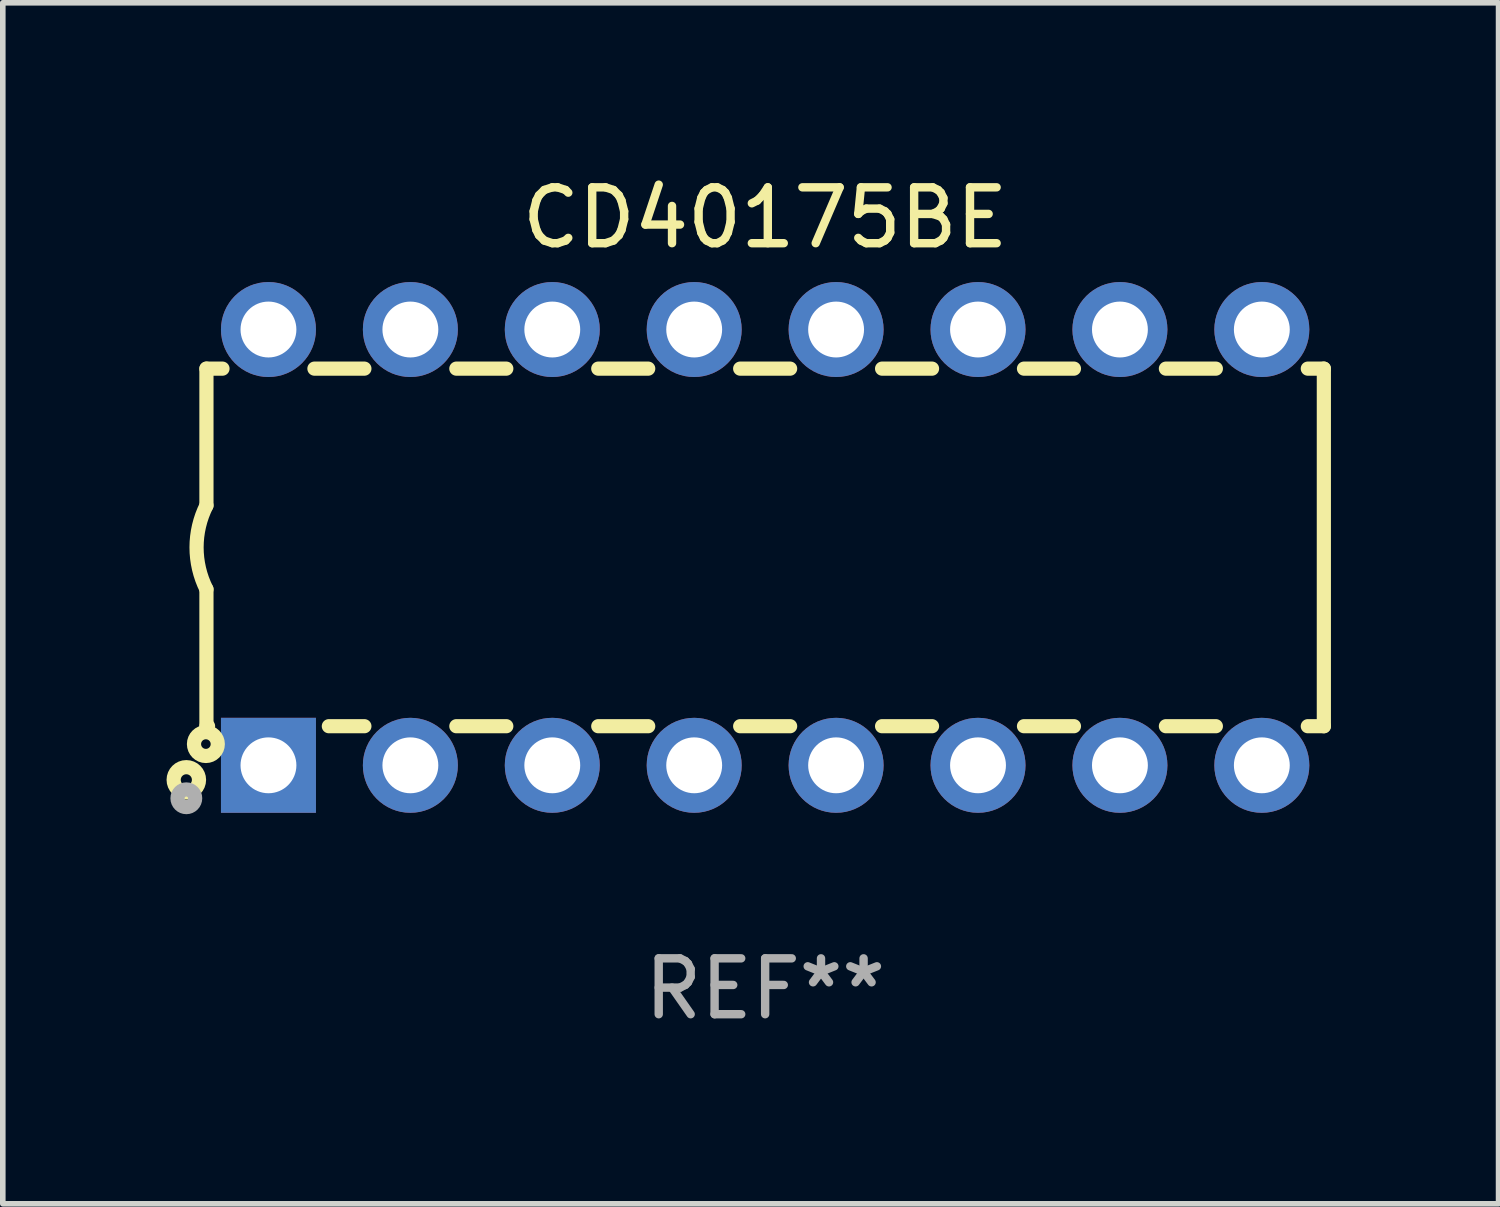
<source format=kicad_pcb>
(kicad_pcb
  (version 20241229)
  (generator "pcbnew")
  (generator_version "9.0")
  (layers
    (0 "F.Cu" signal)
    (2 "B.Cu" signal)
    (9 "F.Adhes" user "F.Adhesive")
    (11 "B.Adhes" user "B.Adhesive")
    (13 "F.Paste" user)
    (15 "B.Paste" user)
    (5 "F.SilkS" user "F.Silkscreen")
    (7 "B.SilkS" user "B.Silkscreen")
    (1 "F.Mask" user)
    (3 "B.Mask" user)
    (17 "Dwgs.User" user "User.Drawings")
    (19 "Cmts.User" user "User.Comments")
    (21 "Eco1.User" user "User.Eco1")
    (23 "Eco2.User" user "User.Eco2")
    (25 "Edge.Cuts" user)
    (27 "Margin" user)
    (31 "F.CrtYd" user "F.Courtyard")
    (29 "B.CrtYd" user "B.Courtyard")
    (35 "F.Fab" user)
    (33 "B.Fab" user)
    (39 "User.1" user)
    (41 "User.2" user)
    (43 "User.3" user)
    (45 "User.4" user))
  (footprint "CD40175BE"
    (layer "F.Cu")
    (at 10.645 6.748)
    (property "Reference" "CD40175BE" (at 0 -5.9 0) (layer "F.SilkS") (effects (font (size 1 1) (thickness 0.15))))
    (attr through_hole)
    (fp_line (start -10 -3.2) (end -10 -0.75) (stroke (width 0.254) (type solid)) (layer "F.SilkS"))
    (fp_line (start -10 -3.2) (end -9.713 -3.2) (stroke (width 0.254) (type solid)) (layer "F.SilkS"))
    (fp_line (start -10 3.2) (end -10 0.75) (stroke (width 0.254) (type solid)) (layer "F.SilkS"))
    (fp_line (start -10 3.2) (end -9.971 3.2) (stroke (width 0.254) (type solid)) (layer "F.SilkS"))
    (fp_line (start -8.067 -3.2) (end -7.173 -3.2) (stroke (width 0.254) (type solid)) (layer "F.SilkS"))
    (fp_line (start -7.809 3.2) (end -7.173 3.2) (stroke (width 0.254) (type solid)) (layer "F.SilkS"))
    (fp_line (start -5.527 3.2) (end -4.633 3.2) (stroke (width 0.254) (type solid)) (layer "F.SilkS"))
    (fp_line (start -5.527 -3.2) (end -4.633 -3.2) (stroke (width 0.254) (type solid)) (layer "F.SilkS"))
    (fp_line (start -2.987 3.2) (end -2.093 3.2) (stroke (width 0.254) (type solid)) (layer "F.SilkS"))
    (fp_line (start -2.987 -3.2) (end -2.093 -3.2) (stroke (width 0.254) (type solid)) (layer "F.SilkS"))
    (fp_line (start -0.447 3.2) (end 0.447 3.2) (stroke (width 0.254) (type solid)) (layer "F.SilkS"))
    (fp_line (start -0.447 -3.2) (end 0.447 -3.2) (stroke (width 0.254) (type solid)) (layer "F.SilkS"))
    (fp_line (start 2.093 3.2) (end 2.987 3.2) (stroke (width 0.254) (type solid)) (layer "F.SilkS"))
    (fp_line (start 2.093 -3.2) (end 2.987 -3.2) (stroke (width 0.254) (type solid)) (layer "F.SilkS"))
    (fp_line (start 4.633 3.2) (end 5.527 3.2) (stroke (width 0.254) (type solid)) (layer "F.SilkS"))
    (fp_line (start 4.633 -3.2) (end 5.527 -3.2) (stroke (width 0.254) (type solid)) (layer "F.SilkS"))
    (fp_line (start 7.173 3.2) (end 8.067 3.2) (stroke (width 0.254) (type solid)) (layer "F.SilkS"))
    (fp_line (start 7.173 -3.2) (end 8.067 -3.2) (stroke (width 0.254) (type solid)) (layer "F.SilkS"))
    (fp_line (start 9.713 3.2) (end 10 3.2) (stroke (width 0.254) (type solid)) (layer "F.SilkS"))
    (fp_line (start 9.713 -3.2) (end 10 -3.2) (stroke (width 0.254) (type solid)) (layer "F.SilkS"))
    (fp_line (start 10 -3.2) (end 10 3.2) (stroke (width 0.254) (type solid)) (layer "F.SilkS"))
    (fp_arc (start -10 0.748793) (mid -10.176918 -0.000607) (end -10.000025 -0.750013) (stroke (width 0.254001) (type solid)) (layer "F.SilkS"))
    (fp_circle (center -10.36 4.16) (end -10.26 4.16) (stroke (width 0.254) (type solid)) (fill no) (layer "F.SilkS"))
    (fp_circle (center -10.01 3.52) (end -9.924 3.52) (stroke (width 0.254) (type solid)) (fill no) (layer "F.SilkS"))
    (fp_circle (center -10.36 4.49) (end -10.202 4.49) (stroke (width 0.254) (type solid)) (fill no) (layer "F.Fab"))
    (fp_text user "REF**" (at 0 7.9 0) (layer "F.Fab") (effects (font (size 1 1) (thickness 0.15))))
    (pad "1" thru_hole rect (at -8.89 3.9 90) (size 1.7 1.7) (drill 1) (layers "*.Cu" "*.Mask"))
    (pad "2" thru_hole circle (at -6.35 3.9) (size 1.7 1.7) (drill 1) (layers "*.Cu" "*.Mask"))
    (pad "3" thru_hole circle (at -3.81 3.9) (size 1.7 1.7) (drill 1) (layers "*.Cu" "*.Mask"))
    (pad "4" thru_hole circle (at -1.27 3.9) (size 1.7 1.7) (drill 1) (layers "*.Cu" "*.Mask"))
    (pad "5" thru_hole circle (at 1.27 3.9) (size 1.7 1.7) (drill 1) (layers "*.Cu" "*.Mask"))
    (pad "6" thru_hole circle (at 3.81 3.9) (size 1.7 1.7) (drill 1) (layers "*.Cu" "*.Mask"))
    (pad "7" thru_hole circle (at 6.35 3.9) (size 1.7 1.7) (drill 1) (layers "*.Cu" "*.Mask"))
    (pad "8" thru_hole circle (at 8.89 3.9) (size 1.7 1.7) (drill 1) (layers "*.Cu" "*.Mask"))
    (pad "9" thru_hole circle (at 8.89 -3.9) (size 1.7 1.7) (drill 1) (layers "*.Cu" "*.Mask"))
    (pad "10" thru_hole circle (at 6.35 -3.9) (size 1.7 1.7) (drill 1) (layers "*.Cu" "*.Mask"))
    (pad "11" thru_hole circle (at 3.81 -3.9) (size 1.7 1.7) (drill 1) (layers "*.Cu" "*.Mask"))
    (pad "12" thru_hole circle (at 1.27 -3.9) (size 1.7 1.7) (drill 1) (layers "*.Cu" "*.Mask"))
    (pad "13" thru_hole circle (at -1.27 -3.9) (size 1.7 1.7) (drill 1) (layers "*.Cu" "*.Mask"))
    (pad "14" thru_hole circle (at -3.81 -3.9) (size 1.7 1.7) (drill 1) (layers "*.Cu" "*.Mask"))
    (pad "15" thru_hole circle (at -6.35 -3.9) (size 1.7 1.7) (drill 1) (layers "*.Cu" "*.Mask"))
    (pad "16" thru_hole circle (at -8.89 -3.9) (size 1.7 1.7) (drill 1) (layers "*.Cu" "*.Mask")))
  (gr_rect
    (start -3 -3)
    (end 23.772 18.496)
    (stroke (width 0.1) (type default))
    (fill no)
    (layer "Edge.Cuts")))
</source>
